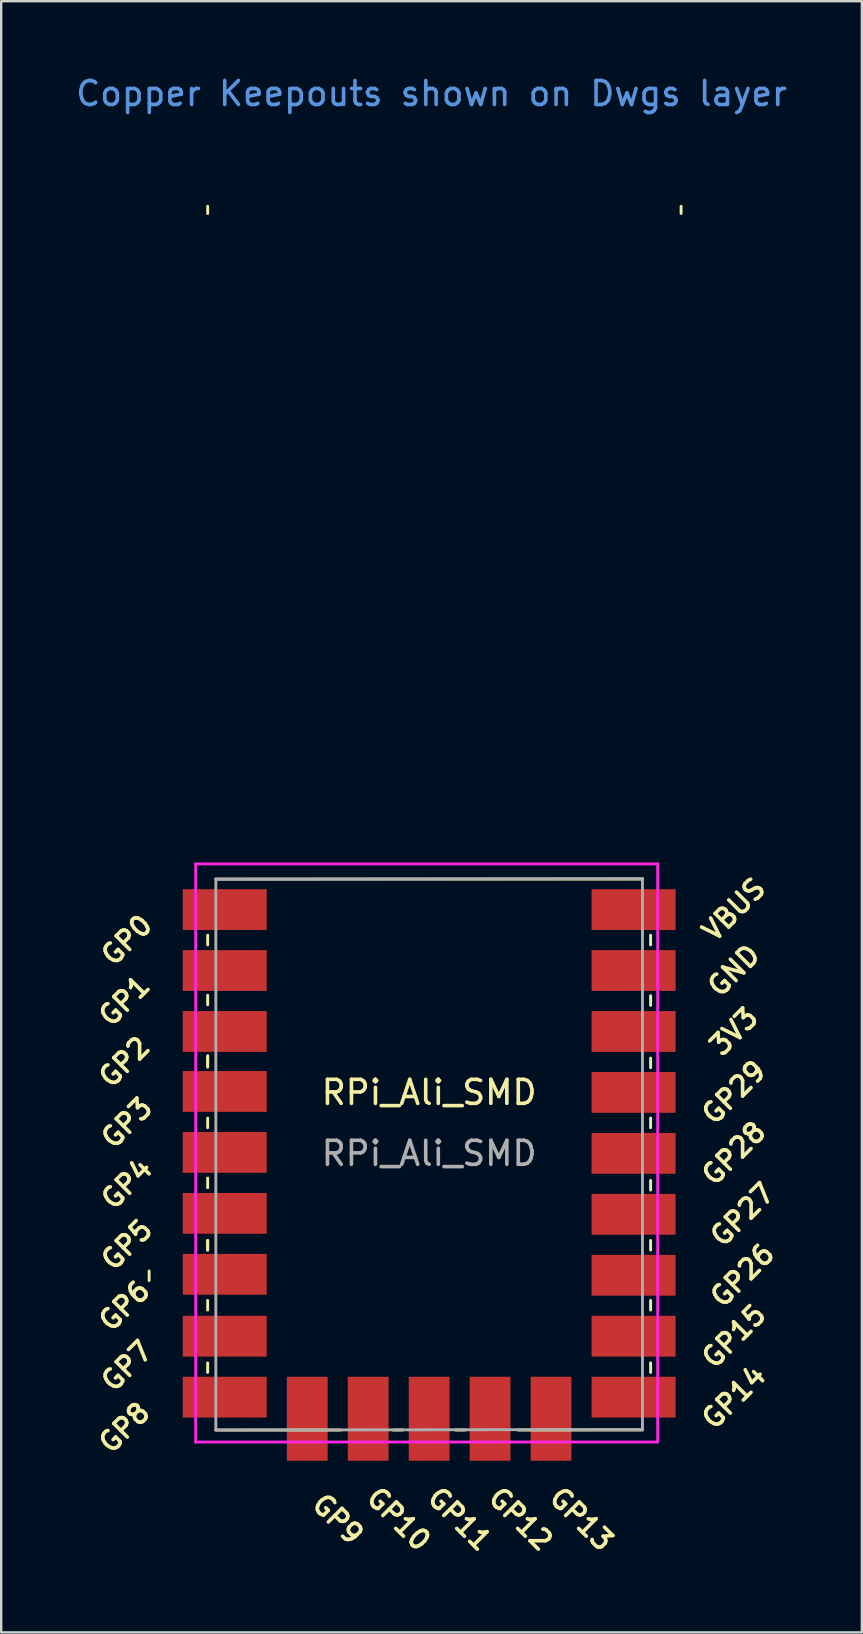
<source format=kicad_pcb>
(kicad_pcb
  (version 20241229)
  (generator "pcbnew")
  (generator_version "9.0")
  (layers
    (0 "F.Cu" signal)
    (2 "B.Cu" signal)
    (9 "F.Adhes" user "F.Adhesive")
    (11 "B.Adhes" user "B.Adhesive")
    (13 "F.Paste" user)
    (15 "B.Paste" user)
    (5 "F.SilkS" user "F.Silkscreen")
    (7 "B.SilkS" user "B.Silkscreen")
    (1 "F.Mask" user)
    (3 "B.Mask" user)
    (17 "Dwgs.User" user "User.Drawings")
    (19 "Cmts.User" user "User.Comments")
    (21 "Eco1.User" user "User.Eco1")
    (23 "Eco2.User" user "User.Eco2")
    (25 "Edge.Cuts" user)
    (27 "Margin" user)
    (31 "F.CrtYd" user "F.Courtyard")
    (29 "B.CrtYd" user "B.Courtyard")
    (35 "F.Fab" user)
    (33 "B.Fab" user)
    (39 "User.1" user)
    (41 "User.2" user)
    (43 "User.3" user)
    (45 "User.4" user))
  (footprint "RPi_Ali_SMD"
    (layer "F.Cu")
    (at 14.835 45.018)
    (property "Reference" "RPi_Ali_SMD" (at 0 -2.54 0) (layer "F.SilkS") (effects (font (size 1 1) (thickness 0.15))))
    (attr through_hole)
    (fp_line (start -11.67 4.9) (end -11.67 5.3) (stroke (width 0.12) (type solid)) (layer "F.SilkS"))
    (fp_line (start -9.23 -39.47) (end -9.23 -39.17) (stroke (width 0.12) (type solid)) (layer "F.SilkS"))
    (fp_line (start -9.23 -9.09) (end -9.23 -8.69) (stroke (width 0.12) (type solid)) (layer "F.SilkS"))
    (fp_line (start -9.23 -6.59) (end -9.23 -6.19) (stroke (width 0.12) (type solid)) (layer "F.SilkS"))
    (fp_line (start -9.23 -4.07) (end -9.23 -3.67) (stroke (width 0.12) (type solid)) (layer "F.SilkS"))
    (fp_line (start -9.23 -3.99) (end -9.23 -3.59) (stroke (width 0.12) (type solid)) (layer "F.SilkS"))
    (fp_line (start -9.23 -1.47) (end -9.23 -1.07) (stroke (width 0.12) (type solid)) (layer "F.SilkS"))
    (fp_line (start -9.23 1.03) (end -9.23 1.43) (stroke (width 0.12) (type solid)) (layer "F.SilkS"))
    (fp_line (start -9.23 3.63) (end -9.23 4.03) (stroke (width 0.12) (type solid)) (layer "F.SilkS"))
    (fp_line (start -9.23 3.63) (end -9.23 4.03) (stroke (width 0.12) (type solid)) (layer "F.SilkS"))
    (fp_line (start -9.23 6.13) (end -9.23 6.53) (stroke (width 0.12) (type solid)) (layer "F.SilkS"))
    (fp_line (start -9.23 8.73) (end -9.23 9.13) (stroke (width 0.12) (type solid)) (layer "F.SilkS"))
    (fp_line (start -8.89 -11.43) (end 8.89 -11.43) (stroke (width 0.12) (type solid)) (layer "F.SilkS"))
    (fp_line (start -3.7 11.53) (end -8.89 11.53) (stroke (width 0.12) (type solid)) (layer "F.SilkS"))
    (fp_line (start -1.5 11.53) (end -1.1 11.53) (stroke (width 0.12) (type solid)) (layer "F.SilkS"))
    (fp_line (start 1.1 11.53) (end 1.5 11.53) (stroke (width 0.12) (type solid)) (layer "F.SilkS"))
    (fp_line (start 8.89 11.53) (end 3.7 11.53) (stroke (width 0.12) (type solid)) (layer "F.SilkS"))
    (fp_line (start 9.23 -9.09) (end 9.23 -8.69) (stroke (width 0.12) (type solid)) (layer "F.SilkS"))
    (fp_line (start 9.23 -6.57) (end 9.23 -6.17) (stroke (width 0.12) (type solid)) (layer "F.SilkS"))
    (fp_line (start 9.23 -3.97) (end 9.23 -3.57) (stroke (width 0.12) (type solid)) (layer "F.SilkS"))
    (fp_line (start 9.23 -1.47) (end 9.23 -1.07) (stroke (width 0.12) (type solid)) (layer "F.SilkS"))
    (fp_line (start 9.23 1.13) (end 9.23 1.53) (stroke (width 0.12) (type solid)) (layer "F.SilkS"))
    (fp_line (start 9.23 3.63) (end 9.23 4.03) (stroke (width 0.12) (type solid)) (layer "F.SilkS"))
    (fp_line (start 9.23 6.13) (end 9.23 6.53) (stroke (width 0.12) (type solid)) (layer "F.SilkS"))
    (fp_line (start 9.23 8.73) (end 9.23 9.13) (stroke (width 0.12) (type solid)) (layer "F.SilkS"))
    (fp_line (start 10.5 -39.47) (end 10.5 -39.17) (stroke (width 0.12) (type solid)) (layer "F.SilkS"))
    (fp_line (start -9.73 -12.065) (end 9.525 -12.065) (stroke (width 0.12) (type solid)) (layer "F.CrtYd"))
    (fp_line (start -9.73 12.03) (end -9.73 -12.065) (stroke (width 0.12) (type solid)) (layer "F.CrtYd"))
    (fp_line (start 9.525 -12.065) (end 9.525 12.03) (stroke (width 0.12) (type solid)) (layer "F.CrtYd"))
    (fp_line (start 9.525 12.03) (end -9.73 12.03) (stroke (width 0.12) (type solid)) (layer "F.CrtYd"))
    (fp_line (start -8.89 -11.43) (end -8.89 11.53) (stroke (width 0.12) (type solid)) (layer "F.Fab"))
    (fp_line (start -8.89 -11.43) (end 8.89 -11.45) (stroke (width 0.12) (type solid)) (layer "F.Fab"))
    (fp_line (start 8.89 -11.45) (end 8.89 11.51) (stroke (width 0.12) (type solid)) (layer "F.Fab"))
    (fp_line (start 8.89 11.51) (end -8.89 11.53) (stroke (width 0.12) (type solid)) (layer "F.Fab"))
    (fp_text user "GP26" (at 13.054 5.08 45) (layer "F.SilkS") (effects (font (size 0.8 0.8) (thickness 0.15))))
    (fp_text user "GP5" (at -12.6 3.81 45) (layer "F.SilkS") (effects (font (size 0.8 0.8) (thickness 0.15))))
    (fp_text user "GP2" (at -12.7 -3.81 45) (layer "F.SilkS") (effects (font (size 0.8 0.8) (thickness 0.15))))
    (fp_text user "GND" (at 12.7 -7.62 45) (layer "F.SilkS") (effects (font (size 0.8 0.8) (thickness 0.15))))
    (fp_text user "GP15" (at 12.7 7.62 45) (layer "F.SilkS") (effects (font (size 0.8 0.8) (thickness 0.15))))
    (fp_text user "GP0" (at -12.6 -8.89 45) (layer "F.SilkS") (effects (font (size 0.8 0.8) (thickness 0.15))))
    (fp_text user "GP1" (at -12.7 -6.36 45) (layer "F.SilkS") (effects (font (size 0.8 0.8) (thickness 0.15))))
    (fp_text user "VBUS" (at 12.7 -10.16 45) (layer "F.SilkS") (effects (font (size 0.8 0.8) (thickness 0.15))))
    (fp_text user "3V3" (at 12.7 -5.08 45) (layer "F.SilkS") (effects (font (size 0.8 0.8) (thickness 0.15))))
    (fp_text user "GP12" (at 3.81 15.24 135) (layer "F.SilkS") (effects (font (size 0.8 0.8) (thickness 0.15))))
    (fp_text user "GP28" (at 12.7 0 45) (layer "F.SilkS") (effects (font (size 0.8 0.8) (thickness 0.15))))
    (fp_text user "GP9" (at -3.81 15.24 135) (layer "F.SilkS") (effects (font (size 0.8 0.8) (thickness 0.15))))
    (fp_text user "GP11" (at 1.27 15.24 135) (layer "F.SilkS") (effects (font (size 0.8 0.8) (thickness 0.15))))
    (fp_text user "GP10" (at -1.27 15.24 135) (layer "F.SilkS") (effects (font (size 0.8 0.8) (thickness 0.15))))
    (fp_text user "GP3" (at -12.6 -1.27 45) (layer "F.SilkS") (effects (font (size 0.8 0.8) (thickness 0.15))))
    (fp_text user "GP4" (at -12.6 1.27 45) (layer "F.SilkS") (effects (font (size 0.8 0.8) (thickness 0.15))))
    (fp_text user "GP7" (at -12.6 8.86 45) (layer "F.SilkS") (effects (font (size 0.8 0.8) (thickness 0.15))))
    (fp_text user "GP29" (at 12.7 -2.54 45) (layer "F.SilkS") (effects (font (size 0.8 0.8) (thickness 0.15))))
    (fp_text user "GP8" (at -12.7 11.43 45) (layer "F.SilkS") (effects (font (size 0.8 0.8) (thickness 0.15))))
    (fp_text user "GP27" (at 13.054 2.55 45) (layer "F.SilkS") (effects (font (size 0.8 0.8) (thickness 0.15))))
    (fp_text user "GP14" (at 12.7 10.16 45) (layer "F.SilkS") (effects (font (size 0.8 0.8) (thickness 0.15))))
    (fp_text user "GP13" (at 6.35 15.24 135) (layer "F.SilkS") (effects (font (size 0.8 0.8) (thickness 0.15))))
    (fp_text user "GP6" (at -12.7 6.35 45) (layer "F.SilkS") (effects (font (size 0.8 0.8) (thickness 0.15))))
    (fp_text user "Copper Keepouts shown on Dwgs layer" (at 0.1 -44.17 0) (layer "Cmts.User") (effects (font (size 1 1) (thickness 0.15))))
    (fp_text user "${REFERENCE}" (at 0 0 180) (layer "F.Fab") (effects (font (size 1 1) (thickness 0.15))))
    (pad "1" smd rect (at 7.62 -10.16) (size 3.5 1.7) (drill (offset 0.9 0)) (layers "F.Cu" "F.Mask"))
    (pad "2" smd rect (at 7.62 -7.62) (size 3.5 1.7) (drill (offset 0.9 0)) (layers "F.Cu" "F.Mask"))
    (pad "3" smd rect (at 7.62 -5.08) (size 3.5 1.7) (drill (offset 0.9 0)) (layers "F.Cu" "F.Mask"))
    (pad "4" smd rect (at 7.62 -2.54) (size 3.5 1.7) (drill (offset 0.9 0)) (layers "F.Cu" "F.Mask"))
    (pad "5" smd rect (at 7.62 0) (size 3.5 1.7) (drill (offset 0.9 0)) (layers "F.Cu" "F.Mask"))
    (pad "6" smd rect (at 7.62 2.54) (size 3.5 1.7) (drill (offset 0.9 0)) (layers "F.Cu" "F.Mask"))
    (pad "7" smd rect (at 7.62 5.08) (size 3.5 1.7) (drill (offset 0.9 0)) (layers "F.Cu" "F.Mask"))
    (pad "8" smd rect (at 7.62 7.62) (size 3.5 1.7) (drill (offset 0.9 0)) (layers "F.Cu" "F.Mask"))
    (pad "9" smd rect (at 7.62 10.16) (size 3.5 1.7) (drill (offset 0.9 0)) (layers "F.Cu" "F.Mask"))
    (pad "10" smd rect (at 5.08 10.16 90) (size 3.5 1.7) (drill (offset -0.9 0)) (layers "F.Cu" "F.Mask"))
    (pad "11" smd rect (at 2.54 10.16 90) (size 3.5 1.7) (drill (offset -0.9 0)) (layers "F.Cu" "F.Mask"))
    (pad "12" smd rect (at 0 10.16 90) (size 3.5 1.7) (drill (offset -0.9 0)) (layers "F.Cu" "F.Mask"))
    (pad "13" smd rect (at -2.54 10.16 90) (size 3.5 1.7) (drill (offset -0.9 0)) (layers "F.Cu" "F.Mask"))
    (pad "14" smd rect (at -5.08 10.16 90) (size 3.5 1.7) (drill (offset -0.9 0)) (layers "F.Cu" "F.Mask"))
    (pad "15" smd rect (at -7.62 10.16) (size 3.5 1.7) (drill (offset -0.9 0)) (layers "F.Cu" "F.Mask"))
    (pad "16" smd rect (at -7.62 7.62) (size 3.5 1.7) (drill (offset -0.9 0)) (layers "F.Cu" "F.Mask"))
    (pad "17" smd rect (at -7.62 5.04) (size 3.5 1.7) (drill (offset -0.9 0)) (layers "F.Cu" "F.Mask"))
    (pad "18" smd rect (at -7.62 2.5) (size 3.5 1.7) (drill (offset -0.9 0)) (layers "F.Cu" "F.Mask"))
    (pad "19" smd rect (at -7.62 -0.04) (size 3.5 1.7) (drill (offset -0.9 0)) (layers "F.Cu" "F.Mask"))
    (pad "20" smd rect (at -7.62 -2.58) (size 3.5 1.7) (drill (offset -0.9 0)) (layers "F.Cu" "F.Mask"))
    (pad "21" smd rect (at -7.62 -5.08) (size 3.5 1.7) (drill (offset -0.9 0)) (layers "F.Cu" "F.Mask"))
    (pad "22" smd rect (at -7.62 -7.62) (size 3.5 1.7) (drill (offset -0.9 0)) (layers "F.Cu" "F.Mask"))
    (pad "23" smd rect (at -7.62 -10.16) (size 3.5 1.7) (drill (offset -0.9 0)) (layers "F.Cu" "F.Mask")))
  (gr_rect
    (start -3 -3)
    (end 32.869 64.982)
    (stroke (width 0.1) (type default))
    (fill no)
    (layer "Edge.Cuts")))
</source>
